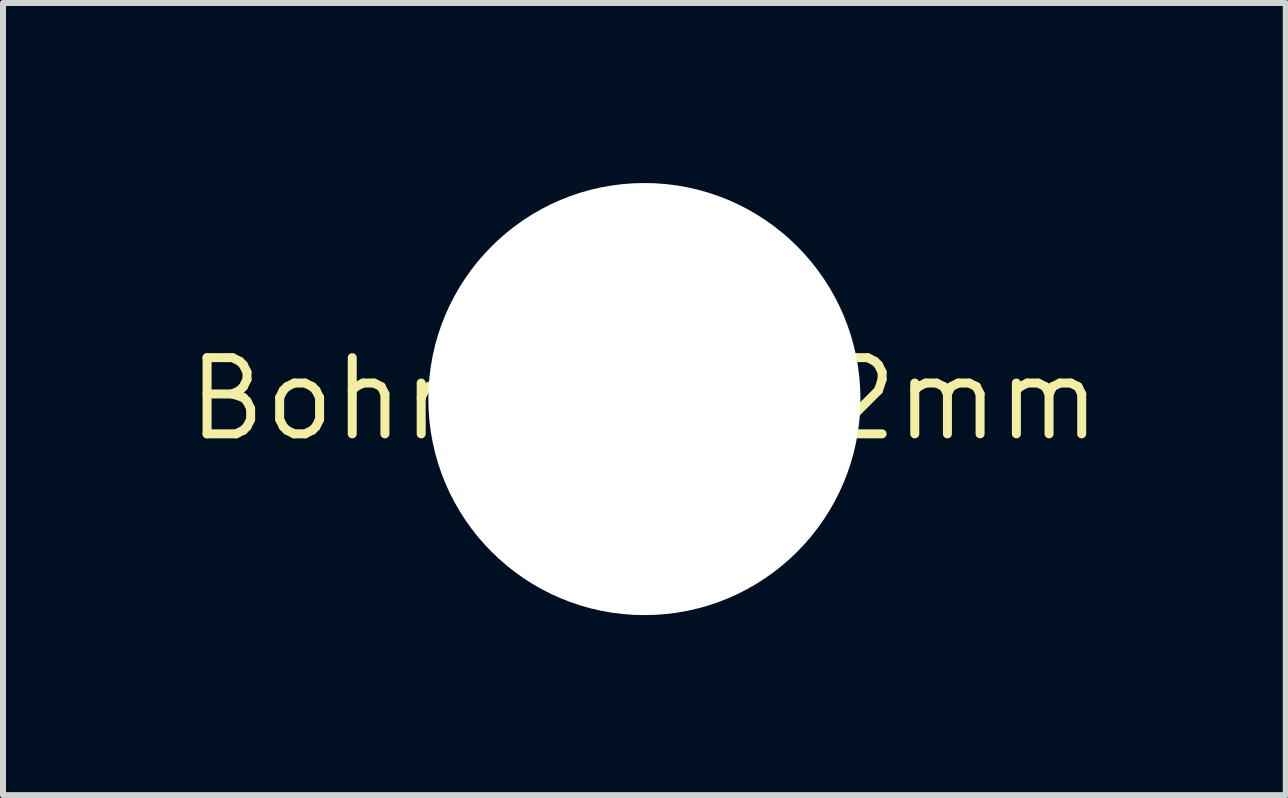
<source format=kicad_pcb>
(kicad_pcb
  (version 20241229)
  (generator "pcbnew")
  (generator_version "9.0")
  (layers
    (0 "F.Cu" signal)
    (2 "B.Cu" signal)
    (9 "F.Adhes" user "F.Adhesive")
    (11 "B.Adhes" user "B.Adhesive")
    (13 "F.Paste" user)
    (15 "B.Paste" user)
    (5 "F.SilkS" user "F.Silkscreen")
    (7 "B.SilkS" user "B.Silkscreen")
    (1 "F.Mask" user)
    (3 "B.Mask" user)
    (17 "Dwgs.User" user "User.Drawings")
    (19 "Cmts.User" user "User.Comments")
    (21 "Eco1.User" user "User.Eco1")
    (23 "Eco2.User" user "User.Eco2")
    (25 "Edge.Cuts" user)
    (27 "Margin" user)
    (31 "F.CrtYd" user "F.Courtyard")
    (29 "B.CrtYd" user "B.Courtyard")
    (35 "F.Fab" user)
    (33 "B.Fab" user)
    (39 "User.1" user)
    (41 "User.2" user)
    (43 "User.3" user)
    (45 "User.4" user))
  (footprint "Bohrung_7.2mm"
    (layer "F.Cu")
    (at 7.688 3.6)
    (property "Reference" "Bohrung_7.2mm" (at 0 0 0) (layer "F.SilkS") (effects (font (size 1.27 1.27) (thickness 0.15))))
    (attr through_hole)
    (pad "" np_thru_hole circle (at 0 0) (size 7.2 7.2) (drill 7.2) (layers "*.Cu" "*.Mask")))
  (gr_rect
    (start -3 -3)
    (end 18.376 10.2)
    (stroke (width 0.1) (type default))
    (fill no)
    (layer "Edge.Cuts")))
</source>
